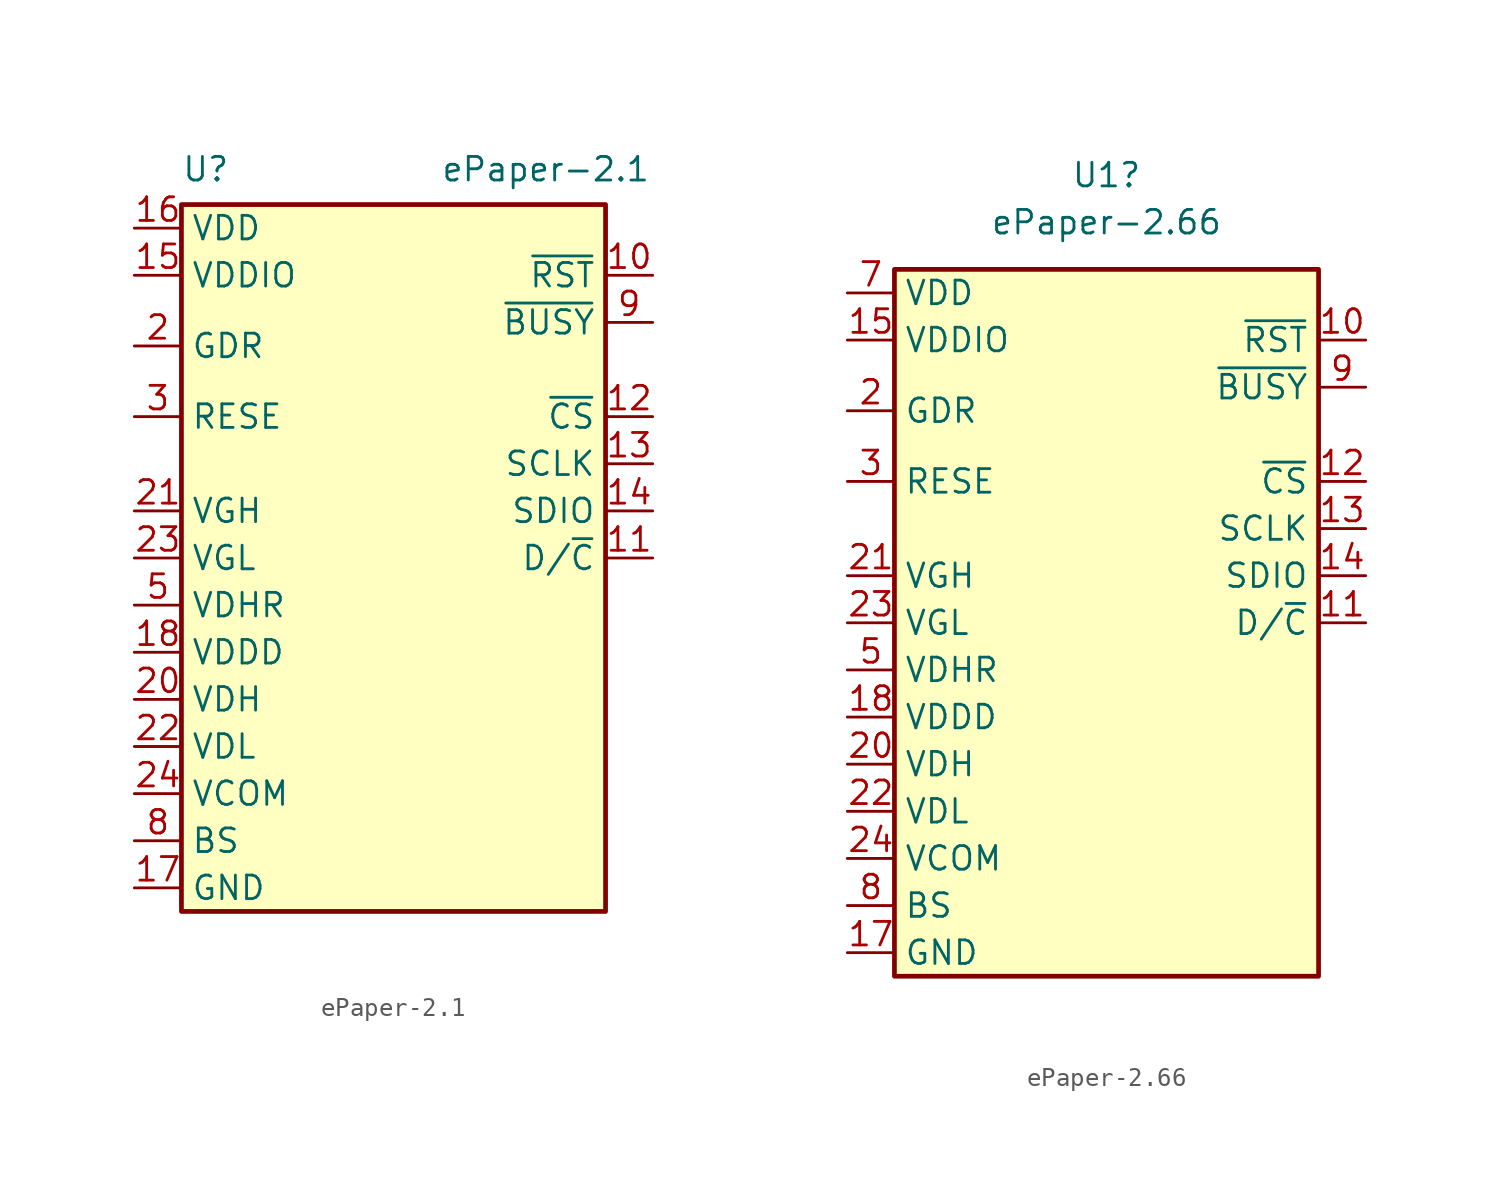
<source format=kicad_sym>
(kicad_symbol_lib
  (version 20220914)
  (generator kicad_symbol_editor)
  (symbol "ePaper-2.1"
    (property "Reference" "U"
      (at -11.43 19.685 0)
      (effects (font (size 1.27 1.27)) (justify left)))
    (property "Value" "ePaper-2.1"
      (at 2.54 19.685 0)
      (effects (font (size 1.27 1.27)) (justify left)))
    (symbol "ePaper-2.1_0_1"
      (rectangle (start -11.43 17.78) (end 11.43 -20.32) (stroke (width 0.254) (type default)) (fill (type background))))
    (symbol "ePaper-2.1_1_1"
      (pin no_connect line (at 11.43 -8.89 180) (length 2.54) hide (name "NC" (effects (font (size 1.27 1.27)))) (number "1" (effects (font (size 1.27 1.27)))))
      (pin input line (at 13.97 13.97 180) (length 2.54) (name "~{RST}" (effects (font (size 1.27 1.27)))) (number "10" (effects (font (size 1.27 1.27)))))
      (pin input line (at 13.97 -1.27 180) (length 2.54) (name "D/~{C}" (effects (font (size 1.27 1.27)))) (number "11" (effects (font (size 1.27 1.27)))))
      (pin input line (at 13.97 6.35 180) (length 2.54) (name "~{CS}" (effects (font (size 1.27 1.27)))) (number "12" (effects (font (size 1.27 1.27)))))
      (pin input line (at 13.97 3.81 180) (length 2.54) (name "SCLK" (effects (font (size 1.27 1.27)))) (number "13" (effects (font (size 1.27 1.27)))))
      (pin bidirectional line (at 13.97 1.27 180) (length 2.54) (name "SDIO" (effects (font (size 1.27 1.27)))) (number "14" (effects (font (size 1.27 1.27)))))
      (pin power_in line (at -13.97 13.97 0) (length 2.54) (name "VDDIO" (effects (font (size 1.27 1.27)))) (number "15" (effects (font (size 1.27 1.27)))))
      (pin power_in line (at -13.97 16.51 0) (length 2.54) (name "VDD" (effects (font (size 1.27 1.27)))) (number "16" (effects (font (size 1.27 1.27)))))
      (pin power_out line (at -13.97 -19.05 0) (length 2.54) (name "GND" (effects (font (size 1.27 1.27)))) (number "17" (effects (font (size 1.27 1.27)))))
      (pin power_in line (at -13.97 -6.35 0) (length 2.54) (name "VDDD" (effects (font (size 1.27 1.27)))) (number "18" (effects (font (size 1.27 1.27)))))
      (pin no_connect line (at 11.43 -19.05 180) (length 2.54) hide (name "NC" (effects (font (size 1.27 1.27)))) (number "19" (effects (font (size 1.27 1.27)))))
      (pin output line (at -13.97 10.16 0) (length 2.54) (name "GDR" (effects (font (size 1.27 1.27)))) (number "2" (effects (font (size 1.27 1.27)))))
      (pin power_in line (at -13.97 -8.89 0) (length 2.54) (name "VDH" (effects (font (size 1.27 1.27)))) (number "20" (effects (font (size 1.27 1.27)))))
      (pin power_in line (at -13.97 1.27 0) (length 2.54) (name "VGH" (effects (font (size 1.27 1.27)))) (number "21" (effects (font (size 1.27 1.27)))))
      (pin power_in line (at -13.97 -11.43 0) (length 2.54) (name "VDL" (effects (font (size 1.27 1.27)))) (number "22" (effects (font (size 1.27 1.27)))))
      (pin power_in line (at -13.97 -1.27 0) (length 2.54) (name "VGL" (effects (font (size 1.27 1.27)))) (number "23" (effects (font (size 1.27 1.27)))))
      (pin power_in line (at -13.97 -13.97 0) (length 2.54) (name "VCOM" (effects (font (size 1.27 1.27)))) (number "24" (effects (font (size 1.27 1.27)))))
      (pin input line (at -13.97 6.35 0) (length 2.54) (name "RESE" (effects (font (size 1.27 1.27)))) (number "3" (effects (font (size 1.27 1.27)))))
      (pin no_connect line (at 11.43 -11.43 180) (length 2.54) hide (name "NC" (effects (font (size 1.27 1.27)))) (number "4" (effects (font (size 1.27 1.27)))))
      (pin power_in line (at -13.97 -3.81 0) (length 2.54) (name "VDHR" (effects (font (size 1.27 1.27)))) (number "5" (effects (font (size 1.27 1.27)))))
      (pin no_connect line (at 11.43 -13.97 180) (length 2.54) hide (name "NC" (effects (font (size 1.27 1.27)))) (number "6" (effects (font (size 1.27 1.27)))))
      (pin no_connect line (at 11.43 -16.51 180) (length 2.54) hide (name "NC" (effects (font (size 1.27 1.27)))) (number "7" (effects (font (size 1.27 1.27)))))
      (pin input line (at -13.97 -16.51 0) (length 2.54) (name "BS" (effects (font (size 1.27 1.27)))) (number "8" (effects (font (size 1.27 1.27)))))
      (pin output line (at 13.97 11.43 180) (length 2.54) (name "~{BUSY}" (effects (font (size 1.27 1.27)))) (number "9" (effects (font (size 1.27 1.27)))))))
  (symbol "ePaper-2.66"
    (property "Reference" "U1"
      (at 0 22.86 0)
      (effects (font (size 1.27 1.27))))
    (property "Value" "ePaper-2.66"
      (at 0 20.32 0)
      (effects (font (size 1.27 1.27))))
    (symbol "ePaper-2.66_0_1"
      (rectangle (start -11.43 17.78) (end 11.43 -20.32) (stroke (width 0.254) (type default)) (fill (type background))))
    (symbol "ePaper-2.66_1_1"
      (pin no_connect line (at 11.43 -8.89 180) (length 2.54) hide (name "NC" (effects (font (size 1.27 1.27)))) (number "1" (effects (font (size 1.27 1.27)))))
      (pin input line (at 13.97 13.97 180) (length 2.54) (name "~{RST}" (effects (font (size 1.27 1.27)))) (number "10" (effects (font (size 1.27 1.27)))))
      (pin input line (at 13.97 -1.27 180) (length 2.54) (name "D/~{C}" (effects (font (size 1.27 1.27)))) (number "11" (effects (font (size 1.27 1.27)))))
      (pin input line (at 13.97 6.35 180) (length 2.54) (name "~{CS}" (effects (font (size 1.27 1.27)))) (number "12" (effects (font (size 1.27 1.27)))))
      (pin input line (at 13.97 3.81 180) (length 2.54) (name "SCLK" (effects (font (size 1.27 1.27)))) (number "13" (effects (font (size 1.27 1.27)))))
      (pin bidirectional line (at 13.97 1.27 180) (length 2.54) (name "SDIO" (effects (font (size 1.27 1.27)))) (number "14" (effects (font (size 1.27 1.27)))))
      (pin power_in line (at -13.97 13.97 0) (length 2.54) (name "VDDIO" (effects (font (size 1.27 1.27)))) (number "15" (effects (font (size 1.27 1.27)))))
      (pin no_connect line (at 11.43 -16.51 180) (length 2.54) hide (name "NC" (effects (font (size 1.27 1.27)))) (number "16" (effects (font (size 1.27 1.27)))))
      (pin power_out line (at -13.97 -19.05 0) (length 2.54) (name "GND" (effects (font (size 1.27 1.27)))) (number "17" (effects (font (size 1.27 1.27)))))
      (pin power_in line (at -13.97 -6.35 0) (length 2.54) (name "VDDD" (effects (font (size 1.27 1.27)))) (number "18" (effects (font (size 1.27 1.27)))))
      (pin no_connect line (at 11.43 -19.05 180) (length 2.54) hide (name "NC" (effects (font (size 1.27 1.27)))) (number "19" (effects (font (size 1.27 1.27)))))
      (pin output line (at -13.97 10.16 0) (length 2.54) (name "GDR" (effects (font (size 1.27 1.27)))) (number "2" (effects (font (size 1.27 1.27)))))
      (pin power_in line (at -13.97 -8.89 0) (length 2.54) (name "VDH" (effects (font (size 1.27 1.27)))) (number "20" (effects (font (size 1.27 1.27)))))
      (pin power_in line (at -13.97 1.27 0) (length 2.54) (name "VGH" (effects (font (size 1.27 1.27)))) (number "21" (effects (font (size 1.27 1.27)))))
      (pin power_in line (at -13.97 -11.43 0) (length 2.54) (name "VDL" (effects (font (size 1.27 1.27)))) (number "22" (effects (font (size 1.27 1.27)))))
      (pin power_in line (at -13.97 -1.27 0) (length 2.54) (name "VGL" (effects (font (size 1.27 1.27)))) (number "23" (effects (font (size 1.27 1.27)))))
      (pin power_in line (at -13.97 -13.97 0) (length 2.54) (name "VCOM" (effects (font (size 1.27 1.27)))) (number "24" (effects (font (size 1.27 1.27)))))
      (pin input line (at -13.97 6.35 0) (length 2.54) (name "RESE" (effects (font (size 1.27 1.27)))) (number "3" (effects (font (size 1.27 1.27)))))
      (pin no_connect line (at 11.43 -11.43 180) (length 2.54) hide (name "NC" (effects (font (size 1.27 1.27)))) (number "4" (effects (font (size 1.27 1.27)))))
      (pin power_in line (at -13.97 -3.81 0) (length 2.54) (name "VDHR" (effects (font (size 1.27 1.27)))) (number "5" (effects (font (size 1.27 1.27)))))
      (pin no_connect line (at 11.43 -13.97 180) (length 2.54) hide (name "NC" (effects (font (size 1.27 1.27)))) (number "6" (effects (font (size 1.27 1.27)))))
      (pin power_in line (at -13.97 16.51 0) (length 2.54) (name "VDD" (effects (font (size 1.27 1.27)))) (number "7" (effects (font (size 1.27 1.27)))))
      (pin input line (at -13.97 -16.51 0) (length 2.54) (name "BS" (effects (font (size 1.27 1.27)))) (number "8" (effects (font (size 1.27 1.27)))))
      (pin output line (at 13.97 11.43 180) (length 2.54) (name "~{BUSY}" (effects (font (size 1.27 1.27)))) (number "9" (effects (font (size 1.27 1.27))))))))
</source>
